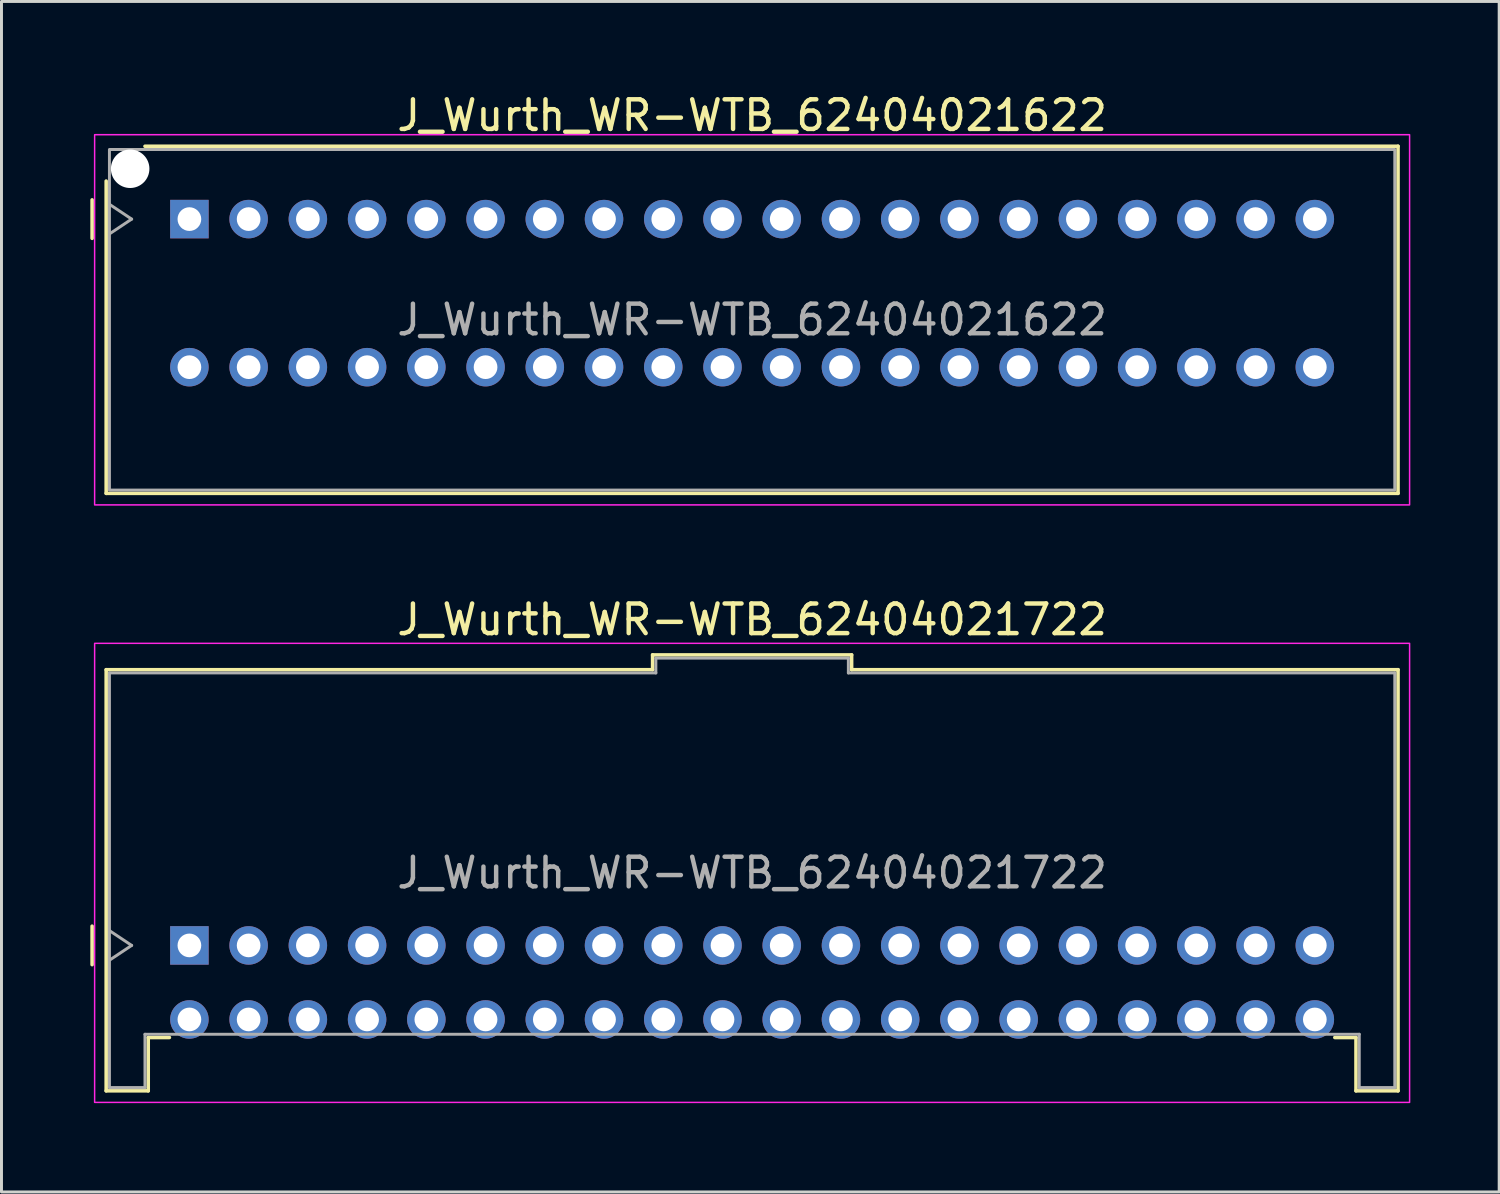
<source format=kicad_pcb>
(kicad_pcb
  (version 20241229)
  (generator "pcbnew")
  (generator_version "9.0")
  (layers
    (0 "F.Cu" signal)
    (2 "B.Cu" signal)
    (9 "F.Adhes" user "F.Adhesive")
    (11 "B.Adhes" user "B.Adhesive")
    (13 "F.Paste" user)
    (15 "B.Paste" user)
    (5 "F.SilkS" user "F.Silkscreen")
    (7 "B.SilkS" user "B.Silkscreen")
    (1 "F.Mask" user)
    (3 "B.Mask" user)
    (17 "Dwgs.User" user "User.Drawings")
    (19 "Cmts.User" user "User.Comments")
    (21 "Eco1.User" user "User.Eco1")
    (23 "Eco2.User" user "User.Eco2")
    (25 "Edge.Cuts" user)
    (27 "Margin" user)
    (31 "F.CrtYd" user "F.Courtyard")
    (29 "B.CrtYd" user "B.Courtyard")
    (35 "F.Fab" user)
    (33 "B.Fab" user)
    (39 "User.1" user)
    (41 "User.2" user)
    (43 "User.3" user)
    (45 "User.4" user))
  (footprint "J_Wurth_WR-WTB_62404021722"
    (layer "F.Cu")
    (at 3.345 28.872)
    (property "Reference" "J_Wurth_WR-WTB_62404021722" (at 19 -11 0) (unlocked yes) (layer "F.SilkS") (effects (font (size 1 1) (thickness 0.15))))
    (attr through_hole)
    (fp_line (start -3.285 -0.65) (end -3.285 0.65) (stroke (width 0.12) (type solid)) (layer "F.SilkS"))
    (fp_line (start -2.81 -9.31) (end 15.64 -9.31) (stroke (width 0.12) (type solid)) (layer "F.SilkS"))
    (fp_line (start -2.81 4.91) (end -2.81 -9.31) (stroke (width 0.12) (type default)) (layer "F.SilkS"))
    (fp_line (start -2.81 4.91) (end -1.39 4.91) (stroke (width 0.12) (type solid)) (layer "F.SilkS"))
    (fp_line (start -1.39 4.91) (end -1.39 3.11) (stroke (width 0.12) (type solid)) (layer "F.SilkS"))
    (fp_line (start -0.675 3.11) (end -1.39 3.11) (stroke (width 0.12) (type default)) (layer "F.SilkS"))
    (fp_line (start 15.64 -9.31) (end 15.64 -9.81) (stroke (width 0.12) (type solid)) (layer "F.SilkS"))
    (fp_line (start 22.36 -9.81) (end 15.64 -9.81) (stroke (width 0.12) (type default)) (layer "F.SilkS"))
    (fp_line (start 22.36 -9.31) (end 22.36 -9.81) (stroke (width 0.12) (type solid)) (layer "F.SilkS"))
    (fp_line (start 39.39 3.11) (end 38.675 3.11) (stroke (width 0.12) (type default)) (layer "F.SilkS"))
    (fp_line (start 39.39 4.91) (end 39.39 3.11) (stroke (width 0.12) (type solid)) (layer "F.SilkS"))
    (fp_line (start 40.81 -9.31) (end 22.36 -9.31) (stroke (width 0.12) (type solid)) (layer "F.SilkS"))
    (fp_line (start 40.81 -9.31) (end 40.81 4.91) (stroke (width 0.12) (type default)) (layer "F.SilkS"))
    (fp_line (start 40.81 4.91) (end 39.39 4.91) (stroke (width 0.12) (type solid)) (layer "F.SilkS"))
    (fp_rect (start -3.2 -10.2) (end 41.2 5.3) (stroke (width 0.05) (type solid)) (fill no) (layer "F.CrtYd"))
    (fp_line (start -2.7 -9.2) (end 15.75 -9.2) (stroke (width 0.1) (type solid)) (layer "F.Fab"))
    (fp_line (start -2.7 4.8) (end -2.7 -9.2) (stroke (width 0.1) (type default)) (layer "F.Fab"))
    (fp_line (start -2.7 4.8) (end -1.5 4.8) (stroke (width 0.1) (type solid)) (layer "F.Fab"))
    (fp_line (start -1.95 0) (end -2.7 -0.5) (stroke (width 0.1) (type solid)) (layer "F.Fab"))
    (fp_line (start -1.95 0) (end -2.7 0.5) (stroke (width 0.1) (type solid)) (layer "F.Fab"))
    (fp_line (start -1.5 4.8) (end -1.5 3) (stroke (width 0.1) (type solid)) (layer "F.Fab"))
    (fp_line (start 15.75 -9.2) (end 15.75 -9.7) (stroke (width 0.1) (type solid)) (layer "F.Fab"))
    (fp_line (start 22.25 -9.7) (end 15.75 -9.7) (stroke (width 0.1) (type default)) (layer "F.Fab"))
    (fp_line (start 22.25 -9.2) (end 22.25 -9.7) (stroke (width 0.1) (type solid)) (layer "F.Fab"))
    (fp_line (start 39.5 3) (end -1.5 3) (stroke (width 0.1) (type default)) (layer "F.Fab"))
    (fp_line (start 39.5 4.8) (end 39.5 3) (stroke (width 0.1) (type solid)) (layer "F.Fab"))
    (fp_line (start 40.7 -9.2) (end 22.25 -9.2) (stroke (width 0.1) (type solid)) (layer "F.Fab"))
    (fp_line (start 40.7 -9.2) (end 40.7 4.8) (stroke (width 0.1) (type default)) (layer "F.Fab"))
    (fp_line (start 40.7 4.8) (end 39.5 4.8) (stroke (width 0.1) (type solid)) (layer "F.Fab"))
    (fp_text user "${REFERENCE}" (at 19 -2.45 0) (unlocked yes) (layer "F.Fab") (effects (font (size 1 1) (thickness 0.15))))
    (pad "1" thru_hole rect (at 0 0 180) (size 1.3 1.3) (drill 0.8) (layers "*.Cu" "*.Mask"))
    (pad "2" thru_hole circle (at 0 2.5 180) (size 1.3 1.3) (drill 0.8) (layers "*.Cu" "*.Mask"))
    (pad "3" thru_hole circle (at 2 0 180) (size 1.3 1.3) (drill 0.8) (layers "*.Cu" "*.Mask"))
    (pad "4" thru_hole circle (at 2 2.5 180) (size 1.3 1.3) (drill 0.8) (layers "*.Cu" "*.Mask"))
    (pad "5" thru_hole circle (at 4 0 180) (size 1.3 1.3) (drill 0.8) (layers "*.Cu" "*.Mask"))
    (pad "6" thru_hole circle (at 4 2.5 180) (size 1.3 1.3) (drill 0.8) (layers "*.Cu" "*.Mask"))
    (pad "7" thru_hole circle (at 6 2.5 180) (size 1.3 1.3) (drill 0.8) (layers "*.Cu" "*.Mask"))
    (pad "8" thru_hole circle (at 6 0 180) (size 1.3 1.3) (drill 0.8) (layers "*.Cu" "*.Mask"))
    (pad "9" thru_hole circle (at 8 2.5 180) (size 1.3 1.3) (drill 0.8) (layers "*.Cu" "*.Mask"))
    (pad "10" thru_hole circle (at 8 0 180) (size 1.3 1.3) (drill 0.8) (layers "*.Cu" "*.Mask"))
    (pad "11" thru_hole circle (at 10 2.5 180) (size 1.3 1.3) (drill 0.8) (layers "*.Cu" "*.Mask"))
    (pad "12" thru_hole circle (at 10 0 180) (size 1.3 1.3) (drill 0.8) (layers "*.Cu" "*.Mask"))
    (pad "13" thru_hole circle (at 12 2.5 180) (size 1.3 1.3) (drill 0.8) (layers "*.Cu" "*.Mask"))
    (pad "14" thru_hole circle (at 12 0 180) (size 1.3 1.3) (drill 0.8) (layers "*.Cu" "*.Mask"))
    (pad "15" thru_hole circle (at 14 2.5 180) (size 1.3 1.3) (drill 0.8) (layers "*.Cu" "*.Mask"))
    (pad "16" thru_hole circle (at 14 0 180) (size 1.3 1.3) (drill 0.8) (layers "*.Cu" "*.Mask"))
    (pad "17" thru_hole circle (at 16 2.5 180) (size 1.3 1.3) (drill 0.8) (layers "*.Cu" "*.Mask"))
    (pad "18" thru_hole circle (at 16 0 180) (size 1.3 1.3) (drill 0.8) (layers "*.Cu" "*.Mask"))
    (pad "19" thru_hole circle (at 18 2.5 180) (size 1.3 1.3) (drill 0.8) (layers "*.Cu" "*.Mask"))
    (pad "20" thru_hole circle (at 18 0 180) (size 1.3 1.3) (drill 0.8) (layers "*.Cu" "*.Mask"))
    (pad "21" thru_hole circle (at 20 2.5 180) (size 1.3 1.3) (drill 0.8) (layers "*.Cu" "*.Mask"))
    (pad "22" thru_hole circle (at 20 0 180) (size 1.3 1.3) (drill 0.8) (layers "*.Cu" "*.Mask"))
    (pad "23" thru_hole circle (at 22 2.5 180) (size 1.3 1.3) (drill 0.8) (layers "*.Cu" "*.Mask"))
    (pad "24" thru_hole circle (at 22 0 180) (size 1.3 1.3) (drill 0.8) (layers "*.Cu" "*.Mask"))
    (pad "25" thru_hole circle (at 24 2.5 180) (size 1.3 1.3) (drill 0.8) (layers "*.Cu" "*.Mask"))
    (pad "26" thru_hole circle (at 24 0 180) (size 1.3 1.3) (drill 0.8) (layers "*.Cu" "*.Mask"))
    (pad "27" thru_hole circle (at 26 2.5 180) (size 1.3 1.3) (drill 0.8) (layers "*.Cu" "*.Mask"))
    (pad "28" thru_hole circle (at 26 0 180) (size 1.3 1.3) (drill 0.8) (layers "*.Cu" "*.Mask"))
    (pad "29" thru_hole circle (at 28 2.5 180) (size 1.3 1.3) (drill 0.8) (layers "*.Cu" "*.Mask"))
    (pad "30" thru_hole circle (at 28 0 180) (size 1.3 1.3) (drill 0.8) (layers "*.Cu" "*.Mask"))
    (pad "31" thru_hole circle (at 30 2.5 180) (size 1.3 1.3) (drill 0.8) (layers "*.Cu" "*.Mask"))
    (pad "32" thru_hole circle (at 30 0 180) (size 1.3 1.3) (drill 0.8) (layers "*.Cu" "*.Mask"))
    (pad "33" thru_hole circle (at 32 2.5 180) (size 1.3 1.3) (drill 0.8) (layers "*.Cu" "*.Mask"))
    (pad "34" thru_hole circle (at 32 0 180) (size 1.3 1.3) (drill 0.8) (layers "*.Cu" "*.Mask"))
    (pad "35" thru_hole circle (at 34 2.5 180) (size 1.3 1.3) (drill 0.8) (layers "*.Cu" "*.Mask"))
    (pad "36" thru_hole circle (at 34 0 180) (size 1.3 1.3) (drill 0.8) (layers "*.Cu" "*.Mask"))
    (pad "37" thru_hole circle (at 36 2.5 180) (size 1.3 1.3) (drill 0.8) (layers "*.Cu" "*.Mask"))
    (pad "38" thru_hole circle (at 36 0 180) (size 1.3 1.3) (drill 0.8) (layers "*.Cu" "*.Mask"))
    (pad "39" thru_hole circle (at 38 2.5 180) (size 1.3 1.3) (drill 0.8) (layers "*.Cu" "*.Mask"))
    (pad "40" thru_hole circle (at 38 0 180) (size 1.3 1.3) (drill 0.8) (layers "*.Cu" "*.Mask")))
  (footprint "J_Wurth_WR-WTB_62404021622"
    (layer "F.Cu")
    (at 3.345 4.348)
    (property "Reference" "J_Wurth_WR-WTB_62404021622" (at 19 -3.5 0) (unlocked yes) (layer "F.SilkS") (effects (font (size 1 1) (thickness 0.15))))
    (attr through_hole)
    (fp_line (start -3.285 -0.65) (end -3.285 0.65) (stroke (width 0.12) (type solid)) (layer "F.SilkS"))
    (fp_line (start -2.81 9.26) (end -2.81 -1.285) (stroke (width 0.12) (type default)) (layer "F.SilkS"))
    (fp_line (start -1.5 -2.46) (end 40.81 -2.46) (stroke (width 0.12) (type default)) (layer "F.SilkS"))
    (fp_line (start 40.81 -2.46) (end 40.81 9.26) (stroke (width 0.12) (type solid)) (layer "F.SilkS"))
    (fp_line (start 40.81 9.26) (end -2.81 9.26) (stroke (width 0.12) (type default)) (layer "F.SilkS"))
    (fp_rect (start -3.2 -2.85) (end 41.2 9.65) (stroke (width 0.05) (type solid)) (fill no) (layer "F.CrtYd"))
    (fp_line (start -1.95 0) (end -2.7 -0.5) (stroke (width 0.1) (type solid)) (layer "F.Fab"))
    (fp_line (start -1.95 0) (end -2.7 0.5) (stroke (width 0.1) (type solid)) (layer "F.Fab"))
    (fp_rect (start -2.7 -2.35) (end 40.7 9.15) (stroke (width 0.1) (type solid)) (fill no) (layer "F.Fab"))
    (fp_text user "${REFERENCE}" (at 19 3.4 0) (unlocked yes) (layer "F.Fab") (effects (font (size 1 1) (thickness 0.15))))
    (pad "" np_thru_hole circle (at -2 -1.7) (size 1.3 1.3) (drill 1.3) (layers "*.Cu" "*.Mask"))
    (pad "1" thru_hole rect (at 0 0) (size 1.3 1.3) (drill 0.8) (layers "*.Cu" "*.Mask"))
    (pad "2" thru_hole circle (at 0 5) (size 1.3 1.3) (drill 0.8) (layers "*.Cu" "*.Mask"))
    (pad "3" thru_hole circle (at 2 0) (size 1.3 1.3) (drill 0.8) (layers "*.Cu" "*.Mask"))
    (pad "4" thru_hole circle (at 2 5) (size 1.3 1.3) (drill 0.8) (layers "*.Cu" "*.Mask"))
    (pad "5" thru_hole circle (at 4 0) (size 1.3 1.3) (drill 0.8) (layers "*.Cu" "*.Mask"))
    (pad "6" thru_hole circle (at 4 5) (size 1.3 1.3) (drill 0.8) (layers "*.Cu" "*.Mask"))
    (pad "7" thru_hole circle (at 6 0) (size 1.3 1.3) (drill 0.8) (layers "*.Cu" "*.Mask"))
    (pad "8" thru_hole circle (at 6 5) (size 1.3 1.3) (drill 0.8) (layers "*.Cu" "*.Mask"))
    (pad "9" thru_hole circle (at 8 0) (size 1.3 1.3) (drill 0.8) (layers "*.Cu" "*.Mask"))
    (pad "10" thru_hole circle (at 8 5) (size 1.3 1.3) (drill 0.8) (layers "*.Cu" "*.Mask"))
    (pad "11" thru_hole circle (at 10 0) (size 1.3 1.3) (drill 0.8) (layers "*.Cu" "*.Mask"))
    (pad "12" thru_hole circle (at 10 5) (size 1.3 1.3) (drill 0.8) (layers "*.Cu" "*.Mask"))
    (pad "13" thru_hole circle (at 12 0) (size 1.3 1.3) (drill 0.8) (layers "*.Cu" "*.Mask"))
    (pad "14" thru_hole circle (at 12 5) (size 1.3 1.3) (drill 0.8) (layers "*.Cu" "*.Mask"))
    (pad "15" thru_hole circle (at 14 0) (size 1.3 1.3) (drill 0.8) (layers "*.Cu" "*.Mask"))
    (pad "16" thru_hole circle (at 14 5) (size 1.3 1.3) (drill 0.8) (layers "*.Cu" "*.Mask"))
    (pad "17" thru_hole circle (at 16 0) (size 1.3 1.3) (drill 0.8) (layers "*.Cu" "*.Mask"))
    (pad "18" thru_hole circle (at 16 5) (size 1.3 1.3) (drill 0.8) (layers "*.Cu" "*.Mask"))
    (pad "19" thru_hole circle (at 18 0) (size 1.3 1.3) (drill 0.8) (layers "*.Cu" "*.Mask"))
    (pad "20" thru_hole circle (at 18 5) (size 1.3 1.3) (drill 0.8) (layers "*.Cu" "*.Mask"))
    (pad "21" thru_hole circle (at 20 0) (size 1.3 1.3) (drill 0.8) (layers "*.Cu" "*.Mask"))
    (pad "22" thru_hole circle (at 20 5) (size 1.3 1.3) (drill 0.8) (layers "*.Cu" "*.Mask"))
    (pad "23" thru_hole circle (at 22 0) (size 1.3 1.3) (drill 0.8) (layers "*.Cu" "*.Mask"))
    (pad "24" thru_hole circle (at 22 5) (size 1.3 1.3) (drill 0.8) (layers "*.Cu" "*.Mask"))
    (pad "25" thru_hole circle (at 24 0) (size 1.3 1.3) (drill 0.8) (layers "*.Cu" "*.Mask"))
    (pad "26" thru_hole circle (at 24 5) (size 1.3 1.3) (drill 0.8) (layers "*.Cu" "*.Mask"))
    (pad "27" thru_hole circle (at 26 0) (size 1.3 1.3) (drill 0.8) (layers "*.Cu" "*.Mask"))
    (pad "28" thru_hole circle (at 26 5) (size 1.3 1.3) (drill 0.8) (layers "*.Cu" "*.Mask"))
    (pad "29" thru_hole circle (at 28 0) (size 1.3 1.3) (drill 0.8) (layers "*.Cu" "*.Mask"))
    (pad "30" thru_hole circle (at 28 5) (size 1.3 1.3) (drill 0.8) (layers "*.Cu" "*.Mask"))
    (pad "31" thru_hole circle (at 30 0) (size 1.3 1.3) (drill 0.8) (layers "*.Cu" "*.Mask"))
    (pad "32" thru_hole circle (at 30 5) (size 1.3 1.3) (drill 0.8) (layers "*.Cu" "*.Mask"))
    (pad "33" thru_hole circle (at 32 0) (size 1.3 1.3) (drill 0.8) (layers "*.Cu" "*.Mask"))
    (pad "34" thru_hole circle (at 32 5) (size 1.3 1.3) (drill 0.8) (layers "*.Cu" "*.Mask"))
    (pad "35" thru_hole circle (at 34 0) (size 1.3 1.3) (drill 0.8) (layers "*.Cu" "*.Mask"))
    (pad "36" thru_hole circle (at 34 5) (size 1.3 1.3) (drill 0.8) (layers "*.Cu" "*.Mask"))
    (pad "37" thru_hole circle (at 36 0) (size 1.3 1.3) (drill 0.8) (layers "*.Cu" "*.Mask"))
    (pad "38" thru_hole circle (at 36 5) (size 1.3 1.3) (drill 0.8) (layers "*.Cu" "*.Mask"))
    (pad "39" thru_hole circle (at 38 0) (size 1.3 1.3) (drill 0.8) (layers "*.Cu" "*.Mask"))
    (pad "40" thru_hole circle (at 38 5) (size 1.3 1.3) (drill 0.8) (layers "*.Cu" "*.Mask")))
  (gr_rect
    (start -3 -3)
    (end 47.57 37.197)
    (stroke (width 0.1) (type default))
    (fill no)
    (layer "Edge.Cuts")))
</source>
